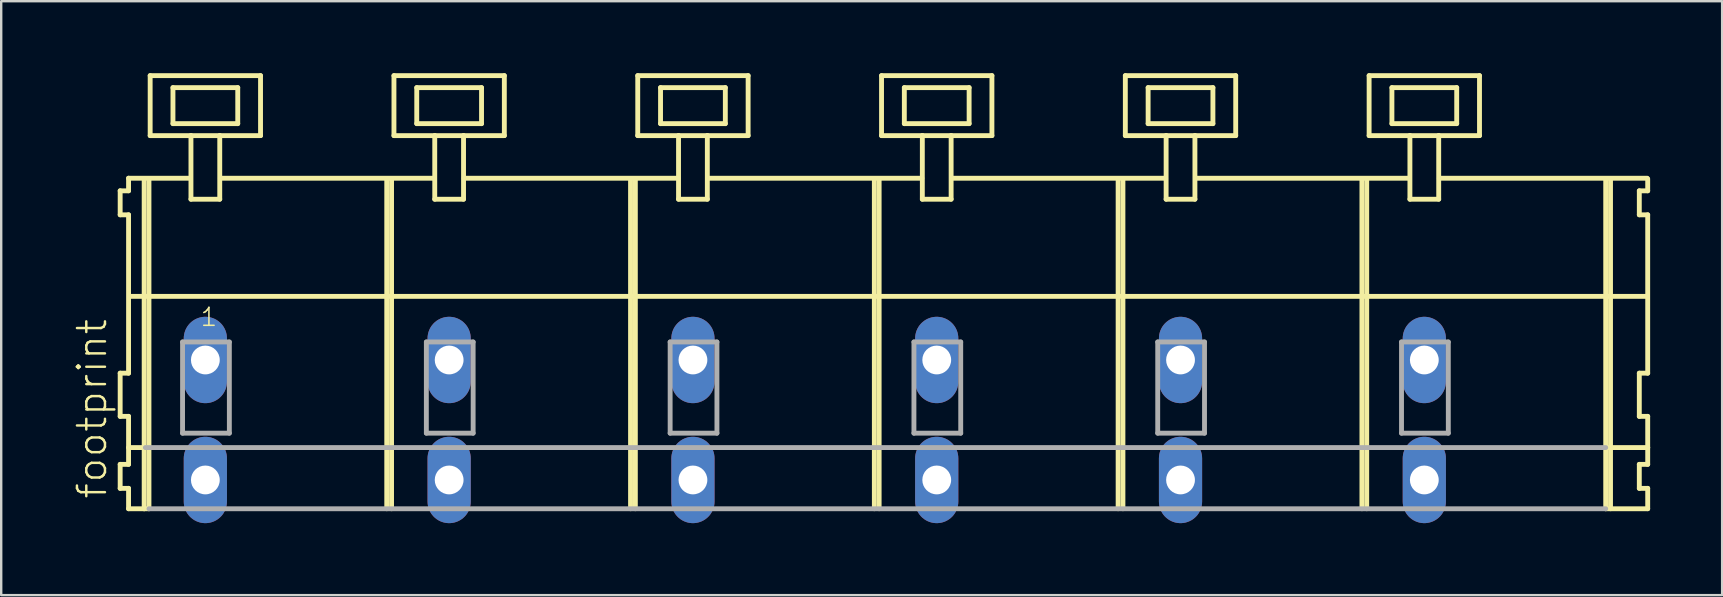
<source format=kicad_pcb>
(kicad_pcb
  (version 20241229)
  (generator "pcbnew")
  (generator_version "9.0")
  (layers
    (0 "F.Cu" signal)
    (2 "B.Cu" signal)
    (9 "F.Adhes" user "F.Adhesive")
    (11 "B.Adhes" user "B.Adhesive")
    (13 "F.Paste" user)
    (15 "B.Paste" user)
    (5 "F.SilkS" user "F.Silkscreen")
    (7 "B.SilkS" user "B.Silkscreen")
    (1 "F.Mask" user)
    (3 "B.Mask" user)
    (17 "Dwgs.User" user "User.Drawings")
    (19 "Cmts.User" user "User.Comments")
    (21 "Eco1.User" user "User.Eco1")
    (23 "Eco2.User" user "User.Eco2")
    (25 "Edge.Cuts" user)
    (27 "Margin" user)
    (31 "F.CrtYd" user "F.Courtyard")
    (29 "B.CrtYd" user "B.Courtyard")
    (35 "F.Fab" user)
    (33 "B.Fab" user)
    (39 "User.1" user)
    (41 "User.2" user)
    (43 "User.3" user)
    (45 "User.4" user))
  (footprint "footprint"
    (layer "F.Cu")
    (at 33.448 11.952)
    (property "Reference" "footprint" (at -31.975 5.855 90) (layer "F.SilkS") (effects (font (size 1.168 1.168) (thickness 0.102)) (justify left bottom)))
    (fp_line (start -31.49 -7.05) (end -31.49 -6.05) (stroke (width 0.203) (type solid)) (layer "F.SilkS"))
    (fp_line (start -31.49 -6.05) (end -31.14 -6.05) (stroke (width 0.203) (type solid)) (layer "F.SilkS"))
    (fp_line (start -31.49 0.55) (end -31.49 2.35) (stroke (width 0.203) (type solid)) (layer "F.SilkS"))
    (fp_line (start -31.49 2.35) (end -31.14 2.35) (stroke (width 0.203) (type solid)) (layer "F.SilkS"))
    (fp_line (start -31.49 4.35) (end -31.49 5.35) (stroke (width 0.203) (type solid)) (layer "F.SilkS"))
    (fp_line (start -31.49 5.35) (end -31.14 5.35) (stroke (width 0.203) (type solid)) (layer "F.SilkS"))
    (fp_line (start -31.14 -7.575) (end -31.14 -7.05) (stroke (width 0.203) (type solid)) (layer "F.SilkS"))
    (fp_line (start -31.14 -7.575) (end -28.565 -7.575) (stroke (width 0.203) (type solid)) (layer "F.SilkS"))
    (fp_line (start -31.14 -7.05) (end -31.49 -7.05) (stroke (width 0.203) (type solid)) (layer "F.SilkS"))
    (fp_line (start -31.14 -6.05) (end -31.14 0.55) (stroke (width 0.203) (type solid)) (layer "F.SilkS"))
    (fp_line (start -31.14 0.55) (end -31.49 0.55) (stroke (width 0.203) (type solid)) (layer "F.SilkS"))
    (fp_line (start -31.14 2.35) (end -31.14 4.35) (stroke (width 0.203) (type solid)) (layer "F.SilkS"))
    (fp_line (start -31.14 3.65) (end -30.44 3.65) (stroke (width 0.203) (type solid)) (layer "F.SilkS"))
    (fp_line (start -31.14 4.35) (end -31.49 4.35) (stroke (width 0.203) (type solid)) (layer "F.SilkS"))
    (fp_line (start -31.14 5.35) (end -31.14 6.2) (stroke (width 0.203) (type solid)) (layer "F.SilkS"))
    (fp_line (start -31.14 6.2) (end -30.49 6.2) (stroke (width 0.203) (type solid)) (layer "F.SilkS"))
    (fp_line (start -31.09 -2.65) (end 32.12 -2.65) (stroke (width 0.203) (type solid)) (layer "F.SilkS"))
    (fp_line (start -30.49 -7.55) (end -30.49 6.2) (stroke (width 0.203) (type solid)) (layer "F.SilkS"))
    (fp_line (start -30.49 6.2) (end -30.29 6.2) (stroke (width 0.203) (type solid)) (layer "F.SilkS"))
    (fp_line (start -30.29 -7.55) (end -30.29 6.2) (stroke (width 0.203) (type solid)) (layer "F.SilkS"))
    (fp_line (start -30.24 -11.85) (end -30.24 -9.35) (stroke (width 0.203) (type solid)) (layer "F.SilkS"))
    (fp_line (start -30.24 -9.35) (end -28.54 -9.35) (stroke (width 0.203) (type solid)) (layer "F.SilkS"))
    (fp_line (start -29.29 -11.35) (end -29.29 -9.85) (stroke (width 0.203) (type solid)) (layer "F.SilkS"))
    (fp_line (start -29.29 -9.85) (end -26.59 -9.85) (stroke (width 0.203) (type solid)) (layer "F.SilkS"))
    (fp_line (start -28.54 -9.35) (end -28.54 -6.7) (stroke (width 0.203) (type solid)) (layer "F.SilkS"))
    (fp_line (start -28.54 -9.35) (end -27.34 -9.35) (stroke (width 0.203) (type solid)) (layer "F.SilkS"))
    (fp_line (start -28.54 -6.7) (end -27.34 -6.7) (stroke (width 0.203) (type solid)) (layer "F.SilkS"))
    (fp_line (start -27.34 -9.35) (end -25.64 -9.35) (stroke (width 0.203) (type solid)) (layer "F.SilkS"))
    (fp_line (start -27.34 -6.7) (end -27.34 -9.35) (stroke (width 0.203) (type solid)) (layer "F.SilkS"))
    (fp_line (start -27.315 -7.575) (end -18.401 -7.575) (stroke (width 0.203) (type solid)) (layer "F.SilkS"))
    (fp_line (start -26.59 -11.35) (end -29.29 -11.35) (stroke (width 0.203) (type solid)) (layer "F.SilkS"))
    (fp_line (start -26.59 -9.85) (end -26.59 -11.35) (stroke (width 0.203) (type solid)) (layer "F.SilkS"))
    (fp_line (start -25.64 -11.85) (end -30.24 -11.85) (stroke (width 0.203) (type solid)) (layer "F.SilkS"))
    (fp_line (start -25.64 -9.35) (end -25.64 -11.85) (stroke (width 0.203) (type solid)) (layer "F.SilkS"))
    (fp_line (start -20.38 -7.55) (end -20.38 6.2) (stroke (width 0.203) (type solid)) (layer "F.SilkS"))
    (fp_line (start -20.18 -7.55) (end -20.18 6.2) (stroke (width 0.203) (type solid)) (layer "F.SilkS"))
    (fp_line (start -20.08 -11.85) (end -20.08 -9.35) (stroke (width 0.203) (type solid)) (layer "F.SilkS"))
    (fp_line (start -20.08 -9.35) (end -18.38 -9.35) (stroke (width 0.203) (type solid)) (layer "F.SilkS"))
    (fp_line (start -19.13 -11.35) (end -19.13 -9.85) (stroke (width 0.203) (type solid)) (layer "F.SilkS"))
    (fp_line (start -19.13 -9.85) (end -16.43 -9.85) (stroke (width 0.203) (type solid)) (layer "F.SilkS"))
    (fp_line (start -18.38 -9.35) (end -18.38 -6.7) (stroke (width 0.203) (type solid)) (layer "F.SilkS"))
    (fp_line (start -18.38 -9.35) (end -17.18 -9.35) (stroke (width 0.203) (type solid)) (layer "F.SilkS"))
    (fp_line (start -18.38 -6.7) (end -17.18 -6.7) (stroke (width 0.203) (type solid)) (layer "F.SilkS"))
    (fp_line (start -17.18 -9.35) (end -15.48 -9.35) (stroke (width 0.203) (type solid)) (layer "F.SilkS"))
    (fp_line (start -17.18 -6.7) (end -17.18 -9.35) (stroke (width 0.203) (type solid)) (layer "F.SilkS"))
    (fp_line (start -17.155 -7.575) (end -8.241 -7.575) (stroke (width 0.203) (type solid)) (layer "F.SilkS"))
    (fp_line (start -16.43 -11.35) (end -19.13 -11.35) (stroke (width 0.203) (type solid)) (layer "F.SilkS"))
    (fp_line (start -16.43 -9.85) (end -16.43 -11.35) (stroke (width 0.203) (type solid)) (layer "F.SilkS"))
    (fp_line (start -15.48 -11.85) (end -20.08 -11.85) (stroke (width 0.203) (type solid)) (layer "F.SilkS"))
    (fp_line (start -15.48 -9.35) (end -15.48 -11.85) (stroke (width 0.203) (type solid)) (layer "F.SilkS"))
    (fp_line (start -10.22 -7.55) (end -10.22 6.2) (stroke (width 0.203) (type solid)) (layer "F.SilkS"))
    (fp_line (start -10.02 -7.55) (end -10.02 6.2) (stroke (width 0.203) (type solid)) (layer "F.SilkS"))
    (fp_line (start -9.92 -11.85) (end -9.92 -9.35) (stroke (width 0.203) (type solid)) (layer "F.SilkS"))
    (fp_line (start -9.92 -9.35) (end -8.22 -9.35) (stroke (width 0.203) (type solid)) (layer "F.SilkS"))
    (fp_line (start -8.97 -11.35) (end -8.97 -9.85) (stroke (width 0.203) (type solid)) (layer "F.SilkS"))
    (fp_line (start -8.97 -9.85) (end -6.27 -9.85) (stroke (width 0.203) (type solid)) (layer "F.SilkS"))
    (fp_line (start -8.22 -9.35) (end -8.22 -6.7) (stroke (width 0.203) (type solid)) (layer "F.SilkS"))
    (fp_line (start -8.22 -9.35) (end -7.02 -9.35) (stroke (width 0.203) (type solid)) (layer "F.SilkS"))
    (fp_line (start -8.22 -6.7) (end -7.02 -6.7) (stroke (width 0.203) (type solid)) (layer "F.SilkS"))
    (fp_line (start -7.02 -9.35) (end -5.32 -9.35) (stroke (width 0.203) (type solid)) (layer "F.SilkS"))
    (fp_line (start -7.02 -6.7) (end -7.02 -9.35) (stroke (width 0.203) (type solid)) (layer "F.SilkS"))
    (fp_line (start -6.995 -7.575) (end 1.919 -7.575) (stroke (width 0.203) (type solid)) (layer "F.SilkS"))
    (fp_line (start -6.27 -11.35) (end -8.97 -11.35) (stroke (width 0.203) (type solid)) (layer "F.SilkS"))
    (fp_line (start -6.27 -9.85) (end -6.27 -11.35) (stroke (width 0.203) (type solid)) (layer "F.SilkS"))
    (fp_line (start -5.32 -11.85) (end -9.92 -11.85) (stroke (width 0.203) (type solid)) (layer "F.SilkS"))
    (fp_line (start -5.32 -9.35) (end -5.32 -11.85) (stroke (width 0.203) (type solid)) (layer "F.SilkS"))
    (fp_line (start -0.06 -7.55) (end -0.06 6.2) (stroke (width 0.203) (type solid)) (layer "F.SilkS"))
    (fp_line (start 0.14 -7.55) (end 0.14 6.2) (stroke (width 0.203) (type solid)) (layer "F.SilkS"))
    (fp_line (start 0.24 -11.85) (end 0.24 -9.35) (stroke (width 0.203) (type solid)) (layer "F.SilkS"))
    (fp_line (start 0.24 -9.35) (end 1.94 -9.35) (stroke (width 0.203) (type solid)) (layer "F.SilkS"))
    (fp_line (start 1.19 -11.35) (end 1.19 -9.85) (stroke (width 0.203) (type solid)) (layer "F.SilkS"))
    (fp_line (start 1.19 -9.85) (end 3.89 -9.85) (stroke (width 0.203) (type solid)) (layer "F.SilkS"))
    (fp_line (start 1.94 -9.35) (end 1.94 -6.7) (stroke (width 0.203) (type solid)) (layer "F.SilkS"))
    (fp_line (start 1.94 -9.35) (end 3.14 -9.35) (stroke (width 0.203) (type solid)) (layer "F.SilkS"))
    (fp_line (start 1.94 -6.7) (end 3.14 -6.7) (stroke (width 0.203) (type solid)) (layer "F.SilkS"))
    (fp_line (start 3.14 -9.35) (end 4.84 -9.35) (stroke (width 0.203) (type solid)) (layer "F.SilkS"))
    (fp_line (start 3.14 -6.7) (end 3.14 -9.35) (stroke (width 0.203) (type solid)) (layer "F.SilkS"))
    (fp_line (start 3.165 -7.575) (end 12.079 -7.575) (stroke (width 0.203) (type solid)) (layer "F.SilkS"))
    (fp_line (start 3.89 -11.35) (end 1.19 -11.35) (stroke (width 0.203) (type solid)) (layer "F.SilkS"))
    (fp_line (start 3.89 -9.85) (end 3.89 -11.35) (stroke (width 0.203) (type solid)) (layer "F.SilkS"))
    (fp_line (start 4.84 -11.85) (end 0.24 -11.85) (stroke (width 0.203) (type solid)) (layer "F.SilkS"))
    (fp_line (start 4.84 -9.35) (end 4.84 -11.85) (stroke (width 0.203) (type solid)) (layer "F.SilkS"))
    (fp_line (start 10.1 -7.55) (end 10.1 6.2) (stroke (width 0.203) (type solid)) (layer "F.SilkS"))
    (fp_line (start 10.3 -7.55) (end 10.3 6.2) (stroke (width 0.203) (type solid)) (layer "F.SilkS"))
    (fp_line (start 10.4 -11.85) (end 10.4 -9.35) (stroke (width 0.203) (type solid)) (layer "F.SilkS"))
    (fp_line (start 10.4 -9.35) (end 12.1 -9.35) (stroke (width 0.203) (type solid)) (layer "F.SilkS"))
    (fp_line (start 11.35 -11.35) (end 11.35 -9.85) (stroke (width 0.203) (type solid)) (layer "F.SilkS"))
    (fp_line (start 11.35 -9.85) (end 14.05 -9.85) (stroke (width 0.203) (type solid)) (layer "F.SilkS"))
    (fp_line (start 12.1 -9.35) (end 12.1 -6.7) (stroke (width 0.203) (type solid)) (layer "F.SilkS"))
    (fp_line (start 12.1 -9.35) (end 13.3 -9.35) (stroke (width 0.203) (type solid)) (layer "F.SilkS"))
    (fp_line (start 12.1 -6.7) (end 13.3 -6.7) (stroke (width 0.203) (type solid)) (layer "F.SilkS"))
    (fp_line (start 13.3 -9.35) (end 15 -9.35) (stroke (width 0.203) (type solid)) (layer "F.SilkS"))
    (fp_line (start 13.3 -6.7) (end 13.3 -9.35) (stroke (width 0.203) (type solid)) (layer "F.SilkS"))
    (fp_line (start 13.325 -7.575) (end 22.239 -7.575) (stroke (width 0.203) (type solid)) (layer "F.SilkS"))
    (fp_line (start 14.05 -11.35) (end 11.35 -11.35) (stroke (width 0.203) (type solid)) (layer "F.SilkS"))
    (fp_line (start 14.05 -9.85) (end 14.05 -11.35) (stroke (width 0.203) (type solid)) (layer "F.SilkS"))
    (fp_line (start 15 -11.85) (end 10.4 -11.85) (stroke (width 0.203) (type solid)) (layer "F.SilkS"))
    (fp_line (start 15 -9.35) (end 15 -11.85) (stroke (width 0.203) (type solid)) (layer "F.SilkS"))
    (fp_line (start 20.26 -7.55) (end 20.26 6.2) (stroke (width 0.203) (type solid)) (layer "F.SilkS"))
    (fp_line (start 20.46 -7.55) (end 20.46 6.2) (stroke (width 0.203) (type solid)) (layer "F.SilkS"))
    (fp_line (start 20.56 -11.85) (end 20.56 -9.35) (stroke (width 0.203) (type solid)) (layer "F.SilkS"))
    (fp_line (start 20.56 -9.35) (end 22.26 -9.35) (stroke (width 0.203) (type solid)) (layer "F.SilkS"))
    (fp_line (start 21.51 -11.35) (end 21.51 -9.85) (stroke (width 0.203) (type solid)) (layer "F.SilkS"))
    (fp_line (start 21.51 -9.85) (end 24.21 -9.85) (stroke (width 0.203) (type solid)) (layer "F.SilkS"))
    (fp_line (start 22.26 -9.35) (end 22.26 -6.7) (stroke (width 0.203) (type solid)) (layer "F.SilkS"))
    (fp_line (start 22.26 -9.35) (end 23.46 -9.35) (stroke (width 0.203) (type solid)) (layer "F.SilkS"))
    (fp_line (start 22.26 -6.7) (end 23.46 -6.7) (stroke (width 0.203) (type solid)) (layer "F.SilkS"))
    (fp_line (start 23.46 -9.35) (end 25.16 -9.35) (stroke (width 0.203) (type solid)) (layer "F.SilkS"))
    (fp_line (start 23.46 -6.7) (end 23.46 -9.35) (stroke (width 0.203) (type solid)) (layer "F.SilkS"))
    (fp_line (start 23.485 -7.575) (end 32.145 -7.575) (stroke (width 0.203) (type solid)) (layer "F.SilkS"))
    (fp_line (start 24.21 -11.35) (end 21.51 -11.35) (stroke (width 0.203) (type solid)) (layer "F.SilkS"))
    (fp_line (start 24.21 -9.85) (end 24.21 -11.35) (stroke (width 0.203) (type solid)) (layer "F.SilkS"))
    (fp_line (start 25.16 -11.85) (end 20.56 -11.85) (stroke (width 0.203) (type solid)) (layer "F.SilkS"))
    (fp_line (start 25.16 -9.35) (end 25.16 -11.85) (stroke (width 0.203) (type solid)) (layer "F.SilkS"))
    (fp_line (start 30.42 -7.55) (end 30.42 6.2) (stroke (width 0.203) (type solid)) (layer "F.SilkS"))
    (fp_line (start 30.42 6.2) (end 32.17 6.2) (stroke (width 0.203) (type solid)) (layer "F.SilkS"))
    (fp_line (start 30.47 3.65) (end 32.17 3.65) (stroke (width 0.203) (type solid)) (layer "F.SilkS"))
    (fp_line (start 30.62 -7.55) (end 30.62 6.2) (stroke (width 0.203) (type solid)) (layer "F.SilkS"))
    (fp_line (start 31.82 -7.05) (end 31.82 -6.05) (stroke (width 0.203) (type solid)) (layer "F.SilkS"))
    (fp_line (start 31.82 -6.05) (end 32.17 -6.05) (stroke (width 0.203) (type solid)) (layer "F.SilkS"))
    (fp_line (start 31.82 0.55) (end 31.82 2.35) (stroke (width 0.203) (type solid)) (layer "F.SilkS"))
    (fp_line (start 31.82 2.35) (end 32.17 2.35) (stroke (width 0.203) (type solid)) (layer "F.SilkS"))
    (fp_line (start 31.82 4.35) (end 31.82 5.35) (stroke (width 0.203) (type solid)) (layer "F.SilkS"))
    (fp_line (start 31.82 5.35) (end 32.17 5.35) (stroke (width 0.203) (type solid)) (layer "F.SilkS"))
    (fp_line (start 32.17 -7.05) (end 31.82 -7.05) (stroke (width 0.203) (type solid)) (layer "F.SilkS"))
    (fp_line (start 32.17 -7.05) (end 32.17 -7.55) (stroke (width 0.203) (type solid)) (layer "F.SilkS"))
    (fp_line (start 32.17 0.55) (end 31.82 0.55) (stroke (width 0.203) (type solid)) (layer "F.SilkS"))
    (fp_line (start 32.17 0.55) (end 32.17 -6.05) (stroke (width 0.203) (type solid)) (layer "F.SilkS"))
    (fp_line (start 32.17 3.65) (end 32.17 2.35) (stroke (width 0.203) (type solid)) (layer "F.SilkS"))
    (fp_line (start 32.17 4.35) (end 31.82 4.35) (stroke (width 0.203) (type solid)) (layer "F.SilkS"))
    (fp_line (start 32.17 4.35) (end 32.17 3.65) (stroke (width 0.203) (type solid)) (layer "F.SilkS"))
    (fp_line (start 32.17 6.2) (end 32.17 5.35) (stroke (width 0.203) (type solid)) (layer "F.SilkS"))
    (fp_line (start -30.44 3.65) (end 30.42 3.65) (stroke (width 0.203) (type solid)) (layer "F.Fab"))
    (fp_line (start -30.29 6.2) (end 30.42 6.2) (stroke (width 0.203) (type solid)) (layer "F.Fab"))
    (fp_line (start -28.89 -0.75) (end -28.89 3.05) (stroke (width 0.203) (type solid)) (layer "F.Fab"))
    (fp_line (start -28.89 3.05) (end -26.94 3.05) (stroke (width 0.203) (type solid)) (layer "F.Fab"))
    (fp_line (start -26.94 -0.75) (end -28.89 -0.75) (stroke (width 0.203) (type solid)) (layer "F.Fab"))
    (fp_line (start -26.94 3.05) (end -26.94 -0.75) (stroke (width 0.203) (type solid)) (layer "F.Fab"))
    (fp_line (start -18.73 -0.75) (end -18.73 3.05) (stroke (width 0.203) (type solid)) (layer "F.Fab"))
    (fp_line (start -18.73 3.05) (end -16.78 3.05) (stroke (width 0.203) (type solid)) (layer "F.Fab"))
    (fp_line (start -16.78 -0.75) (end -18.73 -0.75) (stroke (width 0.203) (type solid)) (layer "F.Fab"))
    (fp_line (start -16.78 3.05) (end -16.78 -0.75) (stroke (width 0.203) (type solid)) (layer "F.Fab"))
    (fp_line (start -8.57 -0.75) (end -8.57 3.05) (stroke (width 0.203) (type solid)) (layer "F.Fab"))
    (fp_line (start -8.57 3.05) (end -6.62 3.05) (stroke (width 0.203) (type solid)) (layer "F.Fab"))
    (fp_line (start -6.62 -0.75) (end -8.57 -0.75) (stroke (width 0.203) (type solid)) (layer "F.Fab"))
    (fp_line (start -6.62 3.05) (end -6.62 -0.75) (stroke (width 0.203) (type solid)) (layer "F.Fab"))
    (fp_line (start 1.59 -0.75) (end 1.59 3.05) (stroke (width 0.203) (type solid)) (layer "F.Fab"))
    (fp_line (start 1.59 3.05) (end 3.54 3.05) (stroke (width 0.203) (type solid)) (layer "F.Fab"))
    (fp_line (start 3.54 -0.75) (end 1.59 -0.75) (stroke (width 0.203) (type solid)) (layer "F.Fab"))
    (fp_line (start 3.54 3.05) (end 3.54 -0.75) (stroke (width 0.203) (type solid)) (layer "F.Fab"))
    (fp_line (start 11.75 -0.75) (end 11.75 3.05) (stroke (width 0.203) (type solid)) (layer "F.Fab"))
    (fp_line (start 11.75 3.05) (end 13.7 3.05) (stroke (width 0.203) (type solid)) (layer "F.Fab"))
    (fp_line (start 13.7 -0.75) (end 11.75 -0.75) (stroke (width 0.203) (type solid)) (layer "F.Fab"))
    (fp_line (start 13.7 3.05) (end 13.7 -0.75) (stroke (width 0.203) (type solid)) (layer "F.Fab"))
    (fp_line (start 21.91 -0.75) (end 21.91 3.05) (stroke (width 0.203) (type solid)) (layer "F.Fab"))
    (fp_line (start 21.91 3.05) (end 23.86 3.05) (stroke (width 0.203) (type solid)) (layer "F.Fab"))
    (fp_line (start 23.86 -0.75) (end 21.91 -0.75) (stroke (width 0.203) (type solid)) (layer "F.Fab"))
    (fp_line (start 23.86 3.05) (end 23.86 -0.75) (stroke (width 0.203) (type solid)) (layer "F.Fab"))
    (fp_text user "1" (at -28.19 -1.35 0) (layer "F.SilkS") (effects (font (size 0.748 0.748) (thickness 0.065)) (justify left bottom)))
    (pad "A1" thru_hole oval (at -27.94 0 90) (size 3.6 1.8) (drill 1.2) (layers "*.Cu" "*.Mask"))
    (pad "A2" thru_hole oval (at -17.78 0 90) (size 3.6 1.8) (drill 1.2) (layers "*.Cu" "*.Mask"))
    (pad "A3" thru_hole oval (at -7.62 0 90) (size 3.6 1.8) (drill 1.2) (layers "*.Cu" "*.Mask"))
    (pad "A4" thru_hole oval (at 2.54 0 90) (size 3.6 1.8) (drill 1.2) (layers "*.Cu" "*.Mask"))
    (pad "A5" thru_hole oval (at 12.7 0 90) (size 3.6 1.8) (drill 1.2) (layers "*.Cu" "*.Mask"))
    (pad "A6" thru_hole oval (at 22.86 0 90) (size 3.6 1.8) (drill 1.2) (layers "*.Cu" "*.Mask"))
    (pad "B1" thru_hole oval (at -27.94 5 90) (size 3.6 1.8) (drill 1.2) (layers "*.Cu" "*.Mask"))
    (pad "B2" thru_hole oval (at -17.78 5 90) (size 3.6 1.8) (drill 1.2) (layers "*.Cu" "*.Mask"))
    (pad "B3" thru_hole oval (at -7.62 5 90) (size 3.6 1.8) (drill 1.2) (layers "*.Cu" "*.Mask"))
    (pad "B4" thru_hole oval (at 2.54 5 90) (size 3.6 1.8) (drill 1.2) (layers "*.Cu" "*.Mask"))
    (pad "B5" thru_hole oval (at 12.7 5 90) (size 3.6 1.8) (drill 1.2) (layers "*.Cu" "*.Mask"))
    (pad "B6" thru_hole oval (at 22.86 5 90) (size 3.6 1.8) (drill 1.2) (layers "*.Cu" "*.Mask")))
  (gr_rect
    (start -3 -3)
    (end 68.72 21.752)
    (stroke (width 0.1) (type default))
    (fill no)
    (layer "Edge.Cuts")))
</source>
